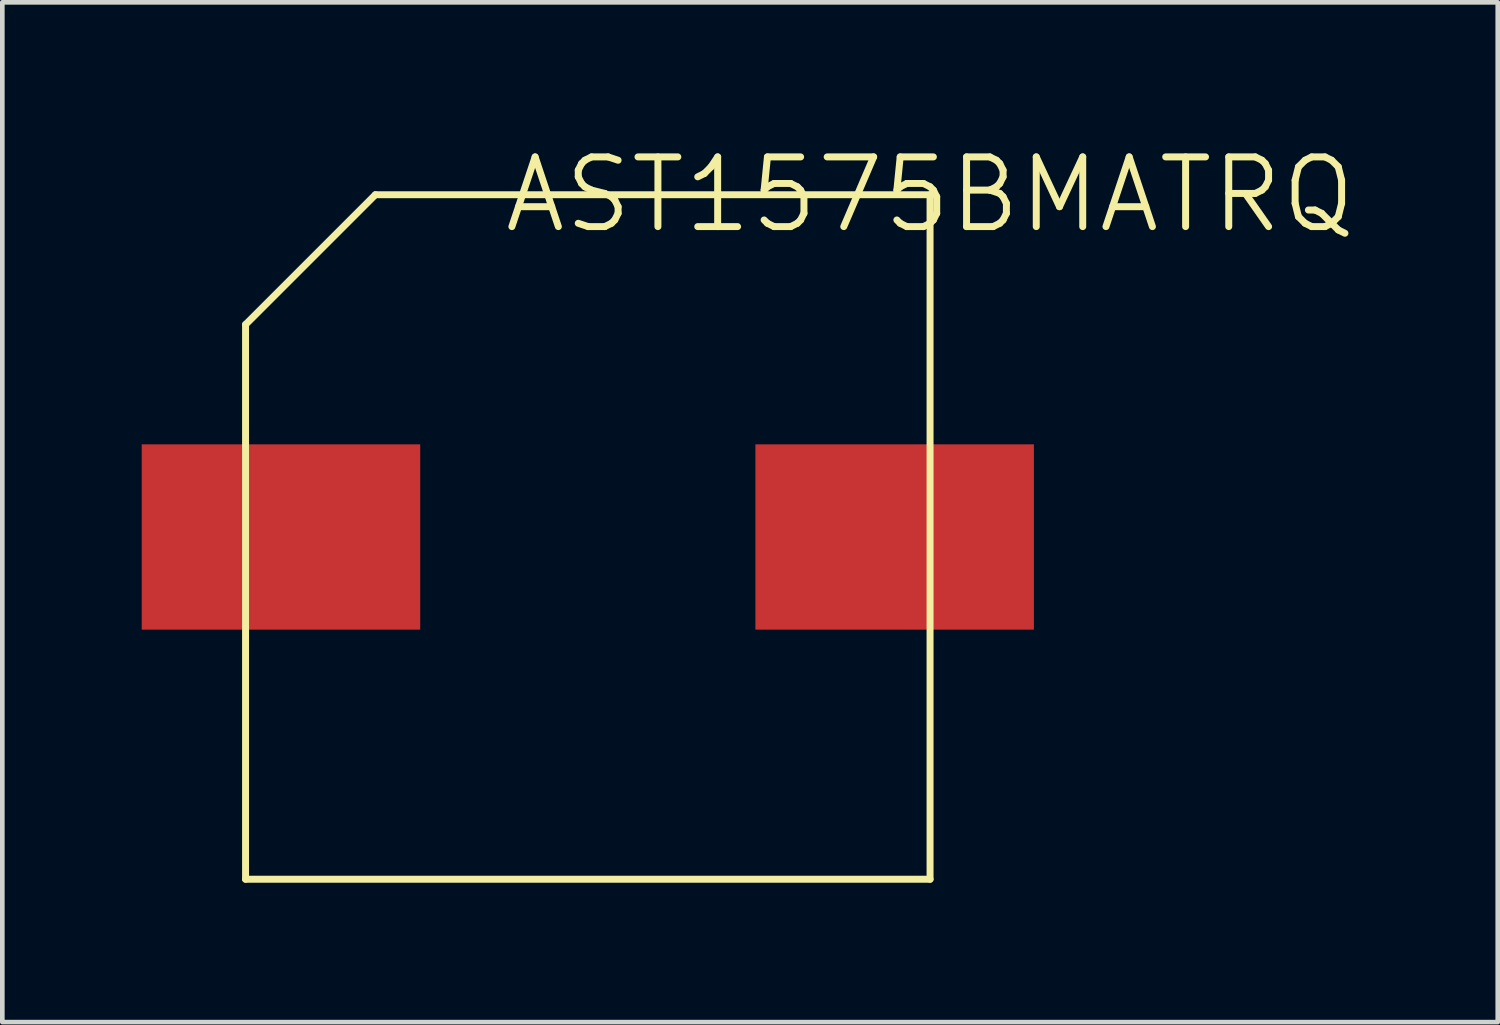
<source format=kicad_pcb>
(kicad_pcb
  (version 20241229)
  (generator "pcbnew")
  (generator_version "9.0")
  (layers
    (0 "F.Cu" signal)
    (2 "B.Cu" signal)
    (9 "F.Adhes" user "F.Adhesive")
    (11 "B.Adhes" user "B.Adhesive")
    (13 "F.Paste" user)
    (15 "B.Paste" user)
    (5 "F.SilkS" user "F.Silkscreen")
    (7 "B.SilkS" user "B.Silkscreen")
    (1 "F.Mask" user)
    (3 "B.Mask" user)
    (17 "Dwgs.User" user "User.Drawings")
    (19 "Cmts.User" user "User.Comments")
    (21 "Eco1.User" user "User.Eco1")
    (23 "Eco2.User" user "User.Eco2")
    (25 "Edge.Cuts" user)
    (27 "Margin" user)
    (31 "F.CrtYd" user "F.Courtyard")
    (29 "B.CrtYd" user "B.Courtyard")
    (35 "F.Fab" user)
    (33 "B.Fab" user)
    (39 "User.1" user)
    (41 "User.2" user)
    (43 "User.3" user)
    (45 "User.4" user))
  (footprint "AST1575BMATRQ"
    (layer "F.Cu")
    (at 9.601 8.507)
    (property "Reference" "AST1575BMATRQ" (at 7.366 -7.366 0) (layer "F.SilkS") (effects (font (size 1.5 1.5) (thickness 0.15))))
    (attr through_hole)
    (fp_line (start -7.366 -4.572) (end -7.366 7.366) (stroke (width 0.15) (type solid)) (layer "F.SilkS"))
    (fp_line (start -7.366 7.366) (end 7.366 7.366) (stroke (width 0.15) (type solid)) (layer "F.SilkS"))
    (fp_line (start -4.572 -7.366) (end -7.366 -4.572) (stroke (width 0.15) (type solid)) (layer "F.SilkS"))
    (fp_line (start -4.572 -7.366) (end 7.366 -7.366) (stroke (width 0.15) (type solid)) (layer "F.SilkS"))
    (fp_line (start 7.366 -7.366) (end 7.366 7.366) (stroke (width 0.15) (type solid)) (layer "F.SilkS"))
    (pad "1" smd rect (at -6.604 0) (size 5.994 3.988) (layers "F.Cu" "F.Mask" "F.Paste"))
    (pad "2" smd rect (at 6.604 0) (size 5.994 3.988) (layers "F.Cu" "F.Mask" "F.Paste")))
  (gr_rect
    (start -3 -3)
    (end 29.185 18.948)
    (stroke (width 0.1) (type default))
    (fill no)
    (layer "Edge.Cuts")))
</source>
